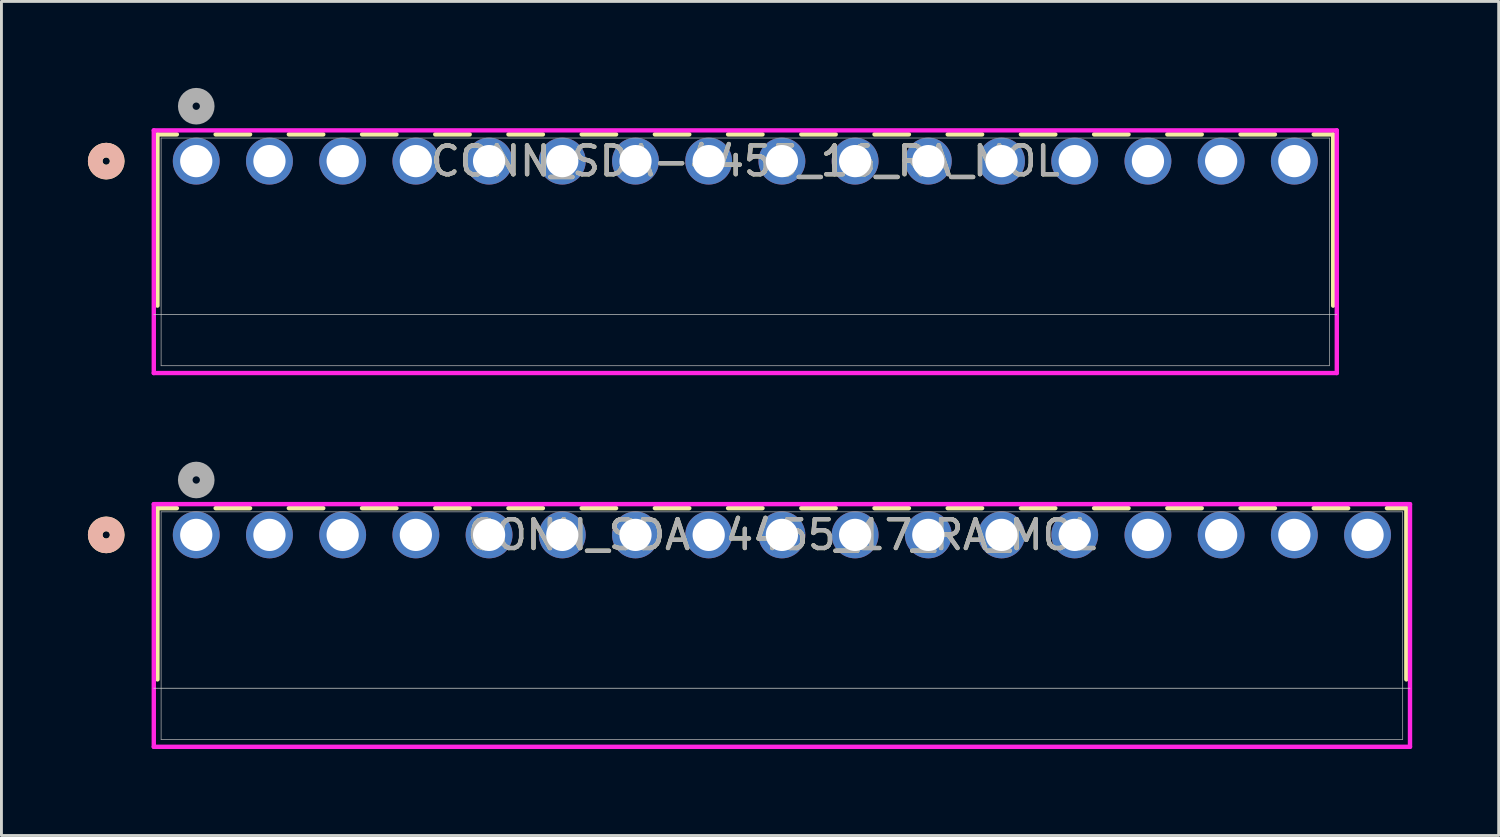
<source format=kicad_pcb>
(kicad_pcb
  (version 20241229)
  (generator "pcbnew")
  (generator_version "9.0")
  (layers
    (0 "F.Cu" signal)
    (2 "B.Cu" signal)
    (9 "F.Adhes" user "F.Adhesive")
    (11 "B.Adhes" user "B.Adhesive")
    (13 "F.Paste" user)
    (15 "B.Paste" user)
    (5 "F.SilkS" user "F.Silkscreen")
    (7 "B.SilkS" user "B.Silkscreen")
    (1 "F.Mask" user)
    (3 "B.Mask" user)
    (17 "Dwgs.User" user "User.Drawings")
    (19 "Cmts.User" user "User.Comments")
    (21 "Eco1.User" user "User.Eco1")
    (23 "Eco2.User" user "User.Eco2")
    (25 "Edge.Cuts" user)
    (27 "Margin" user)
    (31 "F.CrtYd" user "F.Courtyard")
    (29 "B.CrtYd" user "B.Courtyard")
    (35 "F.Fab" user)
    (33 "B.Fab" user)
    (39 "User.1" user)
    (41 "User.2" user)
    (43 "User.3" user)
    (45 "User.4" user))
  (footprint "CONN_SDA-4455_16_RA_MOL"
    (layer "F.Cu")
    (at 3.759 2.54)
    (property "Reference" "CONN_SDA-4455_16_RA_MOL" (at 19.05 0 0) (unlocked yes) (layer "F.SilkS") (effects (font (size 1 1) (thickness 0.15))))
    (attr through_hole)
    (fp_line (start -1.346 -0.927) (end -1.346 5.014) (stroke (width 0.152) (type solid)) (layer "F.SilkS"))
    (fp_line (start -0.673 -0.927) (end -1.346 -0.927) (stroke (width 0.152) (type solid)) (layer "F.SilkS"))
    (fp_line (start 1.867 -0.927) (end 0.673 -0.927) (stroke (width 0.152) (type solid)) (layer "F.SilkS"))
    (fp_line (start 4.407 -0.927) (end 3.213 -0.927) (stroke (width 0.152) (type solid)) (layer "F.SilkS"))
    (fp_line (start 6.947 -0.927) (end 5.753 -0.927) (stroke (width 0.152) (type solid)) (layer "F.SilkS"))
    (fp_line (start 9.487 -0.927) (end 8.293 -0.927) (stroke (width 0.152) (type solid)) (layer "F.SilkS"))
    (fp_line (start 12.027 -0.927) (end 10.833 -0.927) (stroke (width 0.152) (type solid)) (layer "F.SilkS"))
    (fp_line (start 14.567 -0.927) (end 13.373 -0.927) (stroke (width 0.152) (type solid)) (layer "F.SilkS"))
    (fp_line (start 17.107 -0.927) (end 15.913 -0.927) (stroke (width 0.152) (type solid)) (layer "F.SilkS"))
    (fp_line (start 19.647 -0.927) (end 18.453 -0.927) (stroke (width 0.152) (type solid)) (layer "F.SilkS"))
    (fp_line (start 22.187 -0.927) (end 20.993 -0.927) (stroke (width 0.152) (type solid)) (layer "F.SilkS"))
    (fp_line (start 24.727 -0.927) (end 23.533 -0.927) (stroke (width 0.152) (type solid)) (layer "F.SilkS"))
    (fp_line (start 27.267 -0.927) (end 26.073 -0.927) (stroke (width 0.152) (type solid)) (layer "F.SilkS"))
    (fp_line (start 29.807 -0.927) (end 28.613 -0.927) (stroke (width 0.152) (type solid)) (layer "F.SilkS"))
    (fp_line (start 32.347 -0.927) (end 31.153 -0.927) (stroke (width 0.152) (type solid)) (layer "F.SilkS"))
    (fp_line (start 34.887 -0.927) (end 33.693 -0.927) (stroke (width 0.152) (type solid)) (layer "F.SilkS"))
    (fp_line (start 37.427 -0.927) (end 36.233 -0.927) (stroke (width 0.152) (type solid)) (layer "F.SilkS"))
    (fp_line (start 39.446 -0.927) (end 38.773 -0.927) (stroke (width 0.152) (type solid)) (layer "F.SilkS"))
    (fp_line (start 39.446 5.014) (end 39.446 -0.927) (stroke (width 0.152) (type solid)) (layer "F.SilkS"))
    (fp_circle (center -3.124 0) (end -2.743 0) (stroke (width 0.508) (type solid)) (fill no) (layer "F.SilkS"))
    (fp_circle (center -3.124 0) (end -2.743 0) (stroke (width 0.508) (type solid)) (fill no) (layer "B.SilkS"))
    (fp_line (start -1.473 5.321) (end 39.573 5.321) (stroke (width 0.025) (type solid)) (layer "Edge.Cuts"))
    (fp_line (start -1.473 -1.067) (end -1.473 7.353) (stroke (width 0.152) (type solid)) (layer "F.CrtYd"))
    (fp_line (start -1.473 7.353) (end 39.573 7.353) (stroke (width 0.152) (type solid)) (layer "F.CrtYd"))
    (fp_line (start 39.573 -1.067) (end -1.473 -1.067) (stroke (width 0.152) (type solid)) (layer "F.CrtYd"))
    (fp_line (start 39.573 7.353) (end 39.573 -1.067) (stroke (width 0.152) (type solid)) (layer "F.CrtYd"))
    (fp_line (start -1.219 -0.8) (end -1.219 7.099) (stroke (width 0.025) (type solid)) (layer "F.Fab"))
    (fp_line (start -1.219 7.099) (end 39.319 7.099) (stroke (width 0.025) (type solid)) (layer "F.Fab"))
    (fp_line (start 39.319 -0.8) (end -1.219 -0.8) (stroke (width 0.025) (type solid)) (layer "F.Fab"))
    (fp_line (start 39.319 7.099) (end 39.319 -0.8) (stroke (width 0.025) (type solid)) (layer "F.Fab"))
    (fp_circle (center 0 -1.905) (end 0.381 -1.905) (stroke (width 0.508) (type solid)) (fill no) (layer "F.Fab"))
    (fp_text user "${REFERENCE}" (at 19.05 0 0) (unlocked yes) (layer "F.Fab") (effects (font (size 1 1) (thickness 0.15))))
    (pad "1" thru_hole circle (at 0 0) (size 1.626 1.626) (drill 1.118) (layers "*.Cu" "*.Mask"))
    (pad "2" thru_hole circle (at 2.54 0) (size 1.626 1.626) (drill 1.118) (layers "*.Cu" "*.Mask"))
    (pad "3" thru_hole circle (at 5.08 0) (size 1.626 1.626) (drill 1.118) (layers "*.Cu" "*.Mask"))
    (pad "4" thru_hole circle (at 7.62 0) (size 1.626 1.626) (drill 1.118) (layers "*.Cu" "*.Mask"))
    (pad "5" thru_hole circle (at 10.16 0) (size 1.626 1.626) (drill 1.118) (layers "*.Cu" "*.Mask"))
    (pad "6" thru_hole circle (at 12.7 0) (size 1.626 1.626) (drill 1.118) (layers "*.Cu" "*.Mask"))
    (pad "7" thru_hole circle (at 15.24 0) (size 1.626 1.626) (drill 1.118) (layers "*.Cu" "*.Mask"))
    (pad "8" thru_hole circle (at 17.78 0) (size 1.626 1.626) (drill 1.118) (layers "*.Cu" "*.Mask"))
    (pad "9" thru_hole circle (at 20.32 0) (size 1.626 1.626) (drill 1.118) (layers "*.Cu" "*.Mask"))
    (pad "10" thru_hole circle (at 22.86 0) (size 1.626 1.626) (drill 1.118) (layers "*.Cu" "*.Mask"))
    (pad "11" thru_hole circle (at 25.4 0) (size 1.626 1.626) (drill 1.118) (layers "*.Cu" "*.Mask"))
    (pad "12" thru_hole circle (at 27.94 0) (size 1.626 1.626) (drill 1.118) (layers "*.Cu" "*.Mask"))
    (pad "13" thru_hole circle (at 30.48 0) (size 1.626 1.626) (drill 1.118) (layers "*.Cu" "*.Mask"))
    (pad "14" thru_hole circle (at 33.02 0) (size 1.626 1.626) (drill 1.118) (layers "*.Cu" "*.Mask"))
    (pad "15" thru_hole circle (at 35.56 0) (size 1.626 1.626) (drill 1.118) (layers "*.Cu" "*.Mask"))
    (pad "16" thru_hole circle (at 38.1 0) (size 1.626 1.626) (drill 1.118) (layers "*.Cu" "*.Mask")))
  (footprint "CONN_SDA-4455_17_RA_MOL"
    (layer "F.Cu")
    (at 3.759 15.509)
    (property "Reference" "CONN_SDA-4455_17_RA_MOL" (at 20.32 0 0) (unlocked yes) (layer "F.SilkS") (effects (font (size 1 1) (thickness 0.15))))
    (attr through_hole)
    (fp_line (start -1.346 -0.927) (end -1.346 5.014) (stroke (width 0.152) (type solid)) (layer "F.SilkS"))
    (fp_line (start -0.673 -0.927) (end -1.346 -0.927) (stroke (width 0.152) (type solid)) (layer "F.SilkS"))
    (fp_line (start 1.867 -0.927) (end 0.673 -0.927) (stroke (width 0.152) (type solid)) (layer "F.SilkS"))
    (fp_line (start 4.407 -0.927) (end 3.213 -0.927) (stroke (width 0.152) (type solid)) (layer "F.SilkS"))
    (fp_line (start 6.947 -0.927) (end 5.753 -0.927) (stroke (width 0.152) (type solid)) (layer "F.SilkS"))
    (fp_line (start 9.487 -0.927) (end 8.293 -0.927) (stroke (width 0.152) (type solid)) (layer "F.SilkS"))
    (fp_line (start 12.027 -0.927) (end 10.833 -0.927) (stroke (width 0.152) (type solid)) (layer "F.SilkS"))
    (fp_line (start 14.567 -0.927) (end 13.373 -0.927) (stroke (width 0.152) (type solid)) (layer "F.SilkS"))
    (fp_line (start 17.107 -0.927) (end 15.913 -0.927) (stroke (width 0.152) (type solid)) (layer "F.SilkS"))
    (fp_line (start 19.647 -0.927) (end 18.453 -0.927) (stroke (width 0.152) (type solid)) (layer "F.SilkS"))
    (fp_line (start 22.187 -0.927) (end 20.993 -0.927) (stroke (width 0.152) (type solid)) (layer "F.SilkS"))
    (fp_line (start 24.727 -0.927) (end 23.533 -0.927) (stroke (width 0.152) (type solid)) (layer "F.SilkS"))
    (fp_line (start 27.267 -0.927) (end 26.073 -0.927) (stroke (width 0.152) (type solid)) (layer "F.SilkS"))
    (fp_line (start 29.807 -0.927) (end 28.613 -0.927) (stroke (width 0.152) (type solid)) (layer "F.SilkS"))
    (fp_line (start 32.347 -0.927) (end 31.153 -0.927) (stroke (width 0.152) (type solid)) (layer "F.SilkS"))
    (fp_line (start 34.887 -0.927) (end 33.693 -0.927) (stroke (width 0.152) (type solid)) (layer "F.SilkS"))
    (fp_line (start 37.427 -0.927) (end 36.233 -0.927) (stroke (width 0.152) (type solid)) (layer "F.SilkS"))
    (fp_line (start 39.967 -0.927) (end 38.773 -0.927) (stroke (width 0.152) (type solid)) (layer "F.SilkS"))
    (fp_line (start 41.986 -0.927) (end 41.313 -0.927) (stroke (width 0.152) (type solid)) (layer "F.SilkS"))
    (fp_line (start 41.986 5.014) (end 41.986 -0.927) (stroke (width 0.152) (type solid)) (layer "F.SilkS"))
    (fp_circle (center -3.124 0) (end -2.743 0) (stroke (width 0.508) (type solid)) (fill no) (layer "F.SilkS"))
    (fp_circle (center -3.124 0) (end -2.743 0) (stroke (width 0.508) (type solid)) (fill no) (layer "B.SilkS"))
    (fp_line (start -1.473 5.321) (end 42.113 5.321) (stroke (width 0.025) (type solid)) (layer "Edge.Cuts"))
    (fp_line (start -1.473 -1.067) (end -1.473 7.353) (stroke (width 0.152) (type solid)) (layer "F.CrtYd"))
    (fp_line (start -1.473 7.353) (end 42.113 7.353) (stroke (width 0.152) (type solid)) (layer "F.CrtYd"))
    (fp_line (start 42.113 -1.067) (end -1.473 -1.067) (stroke (width 0.152) (type solid)) (layer "F.CrtYd"))
    (fp_line (start 42.113 7.353) (end 42.113 -1.067) (stroke (width 0.152) (type solid)) (layer "F.CrtYd"))
    (fp_line (start -1.219 -0.8) (end -1.219 7.099) (stroke (width 0.025) (type solid)) (layer "F.Fab"))
    (fp_line (start -1.219 7.099) (end 41.859 7.099) (stroke (width 0.025) (type solid)) (layer "F.Fab"))
    (fp_line (start 41.859 -0.8) (end -1.219 -0.8) (stroke (width 0.025) (type solid)) (layer "F.Fab"))
    (fp_line (start 41.859 7.099) (end 41.859 -0.8) (stroke (width 0.025) (type solid)) (layer "F.Fab"))
    (fp_circle (center 0 -1.905) (end 0.381 -1.905) (stroke (width 0.508) (type solid)) (fill no) (layer "F.Fab"))
    (fp_text user "${REFERENCE}" (at 20.32 0 0) (unlocked yes) (layer "F.Fab") (effects (font (size 1 1) (thickness 0.15))))
    (pad "1" thru_hole circle (at 0 0) (size 1.626 1.626) (drill 1.118) (layers "*.Cu" "*.Mask"))
    (pad "2" thru_hole circle (at 2.54 0) (size 1.626 1.626) (drill 1.118) (layers "*.Cu" "*.Mask"))
    (pad "3" thru_hole circle (at 5.08 0) (size 1.626 1.626) (drill 1.118) (layers "*.Cu" "*.Mask"))
    (pad "4" thru_hole circle (at 7.62 0) (size 1.626 1.626) (drill 1.118) (layers "*.Cu" "*.Mask"))
    (pad "5" thru_hole circle (at 10.16 0) (size 1.626 1.626) (drill 1.118) (layers "*.Cu" "*.Mask"))
    (pad "6" thru_hole circle (at 12.7 0) (size 1.626 1.626) (drill 1.118) (layers "*.Cu" "*.Mask"))
    (pad "7" thru_hole circle (at 15.24 0) (size 1.626 1.626) (drill 1.118) (layers "*.Cu" "*.Mask"))
    (pad "8" thru_hole circle (at 17.78 0) (size 1.626 1.626) (drill 1.118) (layers "*.Cu" "*.Mask"))
    (pad "9" thru_hole circle (at 20.32 0) (size 1.626 1.626) (drill 1.118) (layers "*.Cu" "*.Mask"))
    (pad "10" thru_hole circle (at 22.86 0) (size 1.626 1.626) (drill 1.118) (layers "*.Cu" "*.Mask"))
    (pad "11" thru_hole circle (at 25.4 0) (size 1.626 1.626) (drill 1.118) (layers "*.Cu" "*.Mask"))
    (pad "12" thru_hole circle (at 27.94 0) (size 1.626 1.626) (drill 1.118) (layers "*.Cu" "*.Mask"))
    (pad "13" thru_hole circle (at 30.48 0) (size 1.626 1.626) (drill 1.118) (layers "*.Cu" "*.Mask"))
    (pad "14" thru_hole circle (at 33.02 0) (size 1.626 1.626) (drill 1.118) (layers "*.Cu" "*.Mask"))
    (pad "15" thru_hole circle (at 35.56 0) (size 1.626 1.626) (drill 1.118) (layers "*.Cu" "*.Mask"))
    (pad "16" thru_hole circle (at 38.1 0) (size 1.626 1.626) (drill 1.118) (layers "*.Cu" "*.Mask"))
    (pad "17" thru_hole circle (at 40.64 0) (size 1.626 1.626) (drill 1.118) (layers "*.Cu" "*.Mask")))
  (gr_rect
    (start -3 -3)
    (end 48.949 25.939)
    (stroke (width 0.1) (type default))
    (fill no)
    (layer "Edge.Cuts")))
</source>
